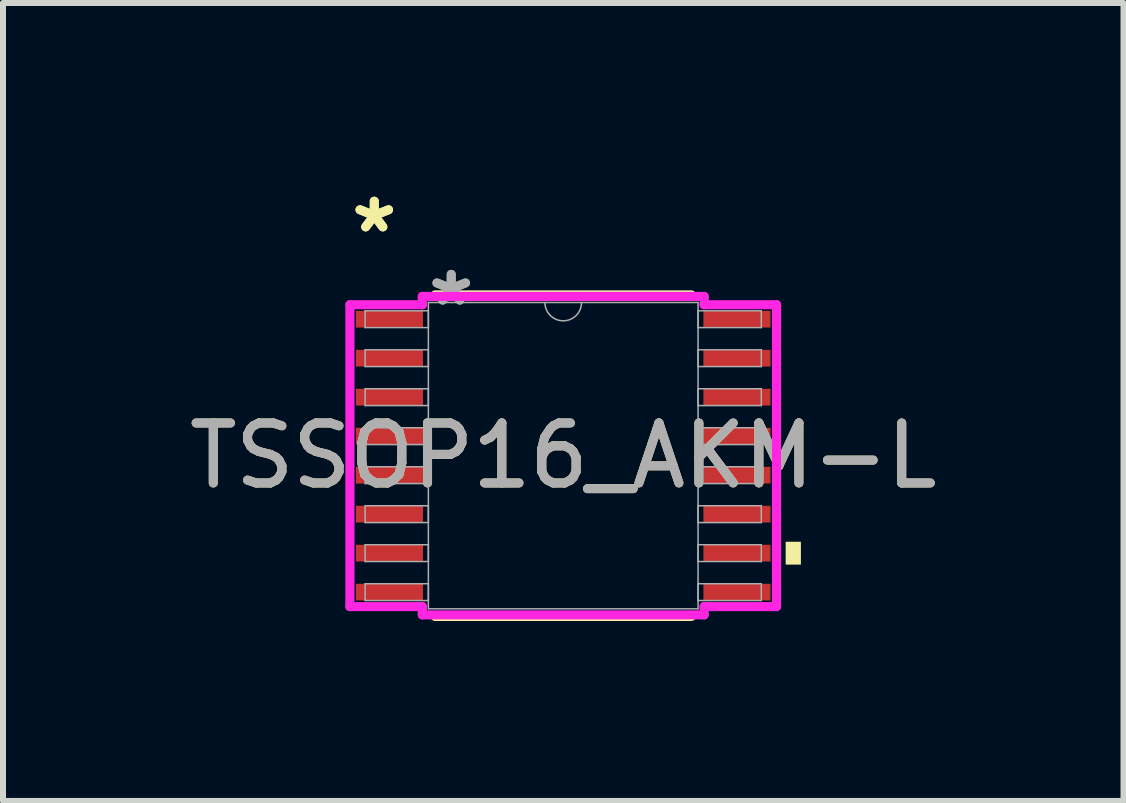
<source format=kicad_pcb>
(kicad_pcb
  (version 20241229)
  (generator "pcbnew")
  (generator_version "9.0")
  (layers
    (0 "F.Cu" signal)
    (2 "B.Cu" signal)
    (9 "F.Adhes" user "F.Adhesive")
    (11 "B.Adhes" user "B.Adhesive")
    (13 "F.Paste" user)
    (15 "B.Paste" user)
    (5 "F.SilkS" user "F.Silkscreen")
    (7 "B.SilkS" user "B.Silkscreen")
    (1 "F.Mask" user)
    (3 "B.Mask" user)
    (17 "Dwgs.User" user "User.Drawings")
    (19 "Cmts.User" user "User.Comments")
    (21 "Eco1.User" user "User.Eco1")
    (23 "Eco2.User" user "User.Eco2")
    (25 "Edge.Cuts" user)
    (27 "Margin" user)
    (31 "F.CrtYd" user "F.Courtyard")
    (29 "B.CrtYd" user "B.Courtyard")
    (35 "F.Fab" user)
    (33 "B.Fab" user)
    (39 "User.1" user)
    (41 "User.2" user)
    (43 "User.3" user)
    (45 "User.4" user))
  (footprint "TSSOP16_AKM-L"
    (layer "F.Cu")
    (at 6.339 4.546)
    (property "Reference" "TSSOP16_AKM-L" (at 0 0 0) (unlocked yes) (layer "F.SilkS") (effects (font (size 1 1) (thickness 0.15))))
    (attr smd)
    (fp_line (start -2.136 2.68) (end 2.136 2.68) (stroke (width 0.152) (type solid)) (layer "F.SilkS"))
    (fp_line (start 2.136 -2.68) (end -2.136 -2.68) (stroke (width 0.152) (type solid)) (layer "F.SilkS"))
    (fp_poly (pts (xy 3.962 1.435) (xy 3.962 1.816) (xy 3.708 1.816) (xy 3.708 1.435)) (stroke (width 0) (type solid)) (fill yes) (layer "F.SilkS"))
    (fp_line (start -3.556 -2.516) (end -2.349 -2.516) (stroke (width 0.152) (type solid)) (layer "F.CrtYd"))
    (fp_line (start -3.556 2.516) (end -3.556 -2.516) (stroke (width 0.152) (type solid)) (layer "F.CrtYd"))
    (fp_line (start -3.556 2.516) (end -2.349 2.516) (stroke (width 0.152) (type solid)) (layer "F.CrtYd"))
    (fp_line (start -2.349 -2.654) (end 2.349 -2.654) (stroke (width 0.152) (type solid)) (layer "F.CrtYd"))
    (fp_line (start -2.349 -2.516) (end -2.349 -2.654) (stroke (width 0.152) (type solid)) (layer "F.CrtYd"))
    (fp_line (start -2.349 2.654) (end -2.349 2.516) (stroke (width 0.152) (type solid)) (layer "F.CrtYd"))
    (fp_line (start 2.349 -2.654) (end 2.349 -2.516) (stroke (width 0.152) (type solid)) (layer "F.CrtYd"))
    (fp_line (start 2.349 2.516) (end 2.349 2.654) (stroke (width 0.152) (type solid)) (layer "F.CrtYd"))
    (fp_line (start 2.349 2.654) (end -2.349 2.654) (stroke (width 0.152) (type solid)) (layer "F.CrtYd"))
    (fp_line (start 3.556 -2.516) (end 2.349 -2.516) (stroke (width 0.152) (type solid)) (layer "F.CrtYd"))
    (fp_line (start 3.556 -2.516) (end 3.556 2.516) (stroke (width 0.152) (type solid)) (layer "F.CrtYd"))
    (fp_line (start 3.556 2.516) (end 2.349 2.516) (stroke (width 0.152) (type solid)) (layer "F.CrtYd"))
    (fp_line (start -3.302 -2.415) (end -3.302 -2.135) (stroke (width 0.025) (type solid)) (layer "F.Fab"))
    (fp_line (start -3.302 -2.135) (end -2.248 -2.135) (stroke (width 0.025) (type solid)) (layer "F.Fab"))
    (fp_line (start -3.302 -1.765) (end -3.302 -1.485) (stroke (width 0.025) (type solid)) (layer "F.Fab"))
    (fp_line (start -3.302 -1.485) (end -2.248 -1.485) (stroke (width 0.025) (type solid)) (layer "F.Fab"))
    (fp_line (start -3.302 -1.115) (end -3.302 -0.835) (stroke (width 0.025) (type solid)) (layer "F.Fab"))
    (fp_line (start -3.302 -0.835) (end -2.248 -0.835) (stroke (width 0.025) (type solid)) (layer "F.Fab"))
    (fp_line (start -3.302 -0.465) (end -3.302 -0.185) (stroke (width 0.025) (type solid)) (layer "F.Fab"))
    (fp_line (start -3.302 -0.185) (end -2.248 -0.185) (stroke (width 0.025) (type solid)) (layer "F.Fab"))
    (fp_line (start -3.302 0.185) (end -3.302 0.465) (stroke (width 0.025) (type solid)) (layer "F.Fab"))
    (fp_line (start -3.302 0.465) (end -2.248 0.465) (stroke (width 0.025) (type solid)) (layer "F.Fab"))
    (fp_line (start -3.302 0.835) (end -3.302 1.115) (stroke (width 0.025) (type solid)) (layer "F.Fab"))
    (fp_line (start -3.302 1.115) (end -2.248 1.115) (stroke (width 0.025) (type solid)) (layer "F.Fab"))
    (fp_line (start -3.302 1.485) (end -3.302 1.765) (stroke (width 0.025) (type solid)) (layer "F.Fab"))
    (fp_line (start -3.302 1.765) (end -2.248 1.765) (stroke (width 0.025) (type solid)) (layer "F.Fab"))
    (fp_line (start -3.302 2.135) (end -3.302 2.415) (stroke (width 0.025) (type solid)) (layer "F.Fab"))
    (fp_line (start -3.302 2.415) (end -2.248 2.415) (stroke (width 0.025) (type solid)) (layer "F.Fab"))
    (fp_line (start -2.248 -2.553) (end -2.248 2.553) (stroke (width 0.025) (type solid)) (layer "F.Fab"))
    (fp_line (start -2.248 -2.415) (end -3.302 -2.415) (stroke (width 0.025) (type solid)) (layer "F.Fab"))
    (fp_line (start -2.248 -2.135) (end -2.248 -2.415) (stroke (width 0.025) (type solid)) (layer "F.Fab"))
    (fp_line (start -2.248 -1.765) (end -3.302 -1.765) (stroke (width 0.025) (type solid)) (layer "F.Fab"))
    (fp_line (start -2.248 -1.485) (end -2.248 -1.765) (stroke (width 0.025) (type solid)) (layer "F.Fab"))
    (fp_line (start -2.248 -1.115) (end -3.302 -1.115) (stroke (width 0.025) (type solid)) (layer "F.Fab"))
    (fp_line (start -2.248 -0.835) (end -2.248 -1.115) (stroke (width 0.025) (type solid)) (layer "F.Fab"))
    (fp_line (start -2.248 -0.465) (end -3.302 -0.465) (stroke (width 0.025) (type solid)) (layer "F.Fab"))
    (fp_line (start -2.248 -0.185) (end -2.248 -0.465) (stroke (width 0.025) (type solid)) (layer "F.Fab"))
    (fp_line (start -2.248 0.185) (end -3.302 0.185) (stroke (width 0.025) (type solid)) (layer "F.Fab"))
    (fp_line (start -2.248 0.465) (end -2.248 0.185) (stroke (width 0.025) (type solid)) (layer "F.Fab"))
    (fp_line (start -2.248 0.835) (end -3.302 0.835) (stroke (width 0.025) (type solid)) (layer "F.Fab"))
    (fp_line (start -2.248 1.115) (end -2.248 0.835) (stroke (width 0.025) (type solid)) (layer "F.Fab"))
    (fp_line (start -2.248 1.485) (end -3.302 1.485) (stroke (width 0.025) (type solid)) (layer "F.Fab"))
    (fp_line (start -2.248 1.765) (end -2.248 1.485) (stroke (width 0.025) (type solid)) (layer "F.Fab"))
    (fp_line (start -2.248 2.135) (end -3.302 2.135) (stroke (width 0.025) (type solid)) (layer "F.Fab"))
    (fp_line (start -2.248 2.415) (end -2.248 2.135) (stroke (width 0.025) (type solid)) (layer "F.Fab"))
    (fp_line (start -2.248 2.553) (end 2.248 2.553) (stroke (width 0.025) (type solid)) (layer "F.Fab"))
    (fp_line (start 2.248 -2.553) (end -2.248 -2.553) (stroke (width 0.025) (type solid)) (layer "F.Fab"))
    (fp_line (start 2.248 -2.415) (end 2.248 -2.135) (stroke (width 0.025) (type solid)) (layer "F.Fab"))
    (fp_line (start 2.248 -2.135) (end 3.302 -2.135) (stroke (width 0.025) (type solid)) (layer "F.Fab"))
    (fp_line (start 2.248 -1.765) (end 2.248 -1.485) (stroke (width 0.025) (type solid)) (layer "F.Fab"))
    (fp_line (start 2.248 -1.485) (end 3.302 -1.485) (stroke (width 0.025) (type solid)) (layer "F.Fab"))
    (fp_line (start 2.248 -1.115) (end 2.248 -0.835) (stroke (width 0.025) (type solid)) (layer "F.Fab"))
    (fp_line (start 2.248 -0.835) (end 3.302 -0.835) (stroke (width 0.025) (type solid)) (layer "F.Fab"))
    (fp_line (start 2.248 -0.465) (end 2.248 -0.185) (stroke (width 0.025) (type solid)) (layer "F.Fab"))
    (fp_line (start 2.248 -0.185) (end 3.302 -0.185) (stroke (width 0.025) (type solid)) (layer "F.Fab"))
    (fp_line (start 2.248 0.185) (end 2.248 0.465) (stroke (width 0.025) (type solid)) (layer "F.Fab"))
    (fp_line (start 2.248 0.465) (end 3.302 0.465) (stroke (width 0.025) (type solid)) (layer "F.Fab"))
    (fp_line (start 2.248 0.835) (end 2.248 1.115) (stroke (width 0.025) (type solid)) (layer "F.Fab"))
    (fp_line (start 2.248 1.115) (end 3.302 1.115) (stroke (width 0.025) (type solid)) (layer "F.Fab"))
    (fp_line (start 2.248 1.485) (end 2.248 1.765) (stroke (width 0.025) (type solid)) (layer "F.Fab"))
    (fp_line (start 2.248 1.765) (end 3.302 1.765) (stroke (width 0.025) (type solid)) (layer "F.Fab"))
    (fp_line (start 2.248 2.135) (end 2.248 2.415) (stroke (width 0.025) (type solid)) (layer "F.Fab"))
    (fp_line (start 2.248 2.415) (end 3.302 2.415) (stroke (width 0.025) (type solid)) (layer "F.Fab"))
    (fp_line (start 2.248 2.553) (end 2.248 -2.553) (stroke (width 0.025) (type solid)) (layer "F.Fab"))
    (fp_line (start 3.302 -2.415) (end 2.248 -2.415) (stroke (width 0.025) (type solid)) (layer "F.Fab"))
    (fp_line (start 3.302 -2.135) (end 3.302 -2.415) (stroke (width 0.025) (type solid)) (layer "F.Fab"))
    (fp_line (start 3.302 -1.765) (end 2.248 -1.765) (stroke (width 0.025) (type solid)) (layer "F.Fab"))
    (fp_line (start 3.302 -1.485) (end 3.302 -1.765) (stroke (width 0.025) (type solid)) (layer "F.Fab"))
    (fp_line (start 3.302 -1.115) (end 2.248 -1.115) (stroke (width 0.025) (type solid)) (layer "F.Fab"))
    (fp_line (start 3.302 -0.835) (end 3.302 -1.115) (stroke (width 0.025) (type solid)) (layer "F.Fab"))
    (fp_line (start 3.302 -0.465) (end 2.248 -0.465) (stroke (width 0.025) (type solid)) (layer "F.Fab"))
    (fp_line (start 3.302 -0.185) (end 3.302 -0.465) (stroke (width 0.025) (type solid)) (layer "F.Fab"))
    (fp_line (start 3.302 0.185) (end 2.248 0.185) (stroke (width 0.025) (type solid)) (layer "F.Fab"))
    (fp_line (start 3.302 0.465) (end 3.302 0.185) (stroke (width 0.025) (type solid)) (layer "F.Fab"))
    (fp_line (start 3.302 0.835) (end 2.248 0.835) (stroke (width 0.025) (type solid)) (layer "F.Fab"))
    (fp_line (start 3.302 1.115) (end 3.302 0.835) (stroke (width 0.025) (type solid)) (layer "F.Fab"))
    (fp_line (start 3.302 1.485) (end 2.248 1.485) (stroke (width 0.025) (type solid)) (layer "F.Fab"))
    (fp_line (start 3.302 1.765) (end 3.302 1.485) (stroke (width 0.025) (type solid)) (layer "F.Fab"))
    (fp_line (start 3.302 2.135) (end 2.248 2.135) (stroke (width 0.025) (type solid)) (layer "F.Fab"))
    (fp_line (start 3.302 2.415) (end 3.302 2.135) (stroke (width 0.025) (type solid)) (layer "F.Fab"))
    (fp_arc (start 0.3048 -2.5527) (mid 0 -2.2479) (end -0.3048 -2.5527) (stroke (width 0.0254) (type solid)) (layer "F.Fab"))
    (fp_text user "*" (at -3.15 -3.697 0) (layer "F.SilkS") (effects (font (size 1 1) (thickness 0.15))))
    (fp_text user "*" (at -3.15 -3.697 0) (unlocked yes) (layer "F.SilkS") (effects (font (size 1 1) (thickness 0.15))))
    (fp_text user "*" (at -1.867 -2.477 0) (layer "F.Fab") (effects (font (size 1 1) (thickness 0.15))))
    (fp_text user "*" (at -1.867 -2.477 0) (unlocked yes) (layer "F.Fab") (effects (font (size 1 1) (thickness 0.15))))
    (fp_text user "${REFERENCE}" (at 0 0 0) (unlocked yes) (layer "F.Fab") (effects (font (size 1 1) (thickness 0.15))))
    (pad "1" smd rect (at -2.896 -2.275) (size 1.118 0.279) (layers "F.Cu" "F.Mask" "F.Paste"))
    (pad "2" smd rect (at -2.896 -1.625) (size 1.118 0.279) (layers "F.Cu" "F.Mask" "F.Paste"))
    (pad "3" smd rect (at -2.896 -0.975) (size 1.118 0.279) (layers "F.Cu" "F.Mask" "F.Paste"))
    (pad "4" smd rect (at -2.896 -0.325) (size 1.118 0.279) (layers "F.Cu" "F.Mask" "F.Paste"))
    (pad "5" smd rect (at -2.896 0.325) (size 1.118 0.279) (layers "F.Cu" "F.Mask" "F.Paste"))
    (pad "6" smd rect (at -2.896 0.975) (size 1.118 0.279) (layers "F.Cu" "F.Mask" "F.Paste"))
    (pad "7" smd rect (at -2.896 1.625) (size 1.118 0.279) (layers "F.Cu" "F.Mask" "F.Paste"))
    (pad "8" smd rect (at -2.896 2.275) (size 1.118 0.279) (layers "F.Cu" "F.Mask" "F.Paste"))
    (pad "9" smd rect (at 2.896 2.275) (size 1.118 0.279) (layers "F.Cu" "F.Mask" "F.Paste"))
    (pad "10" smd rect (at 2.896 1.625) (size 1.118 0.279) (layers "F.Cu" "F.Mask" "F.Paste"))
    (pad "11" smd rect (at 2.896 0.975) (size 1.118 0.279) (layers "F.Cu" "F.Mask" "F.Paste"))
    (pad "12" smd rect (at 2.896 0.325) (size 1.118 0.279) (layers "F.Cu" "F.Mask" "F.Paste"))
    (pad "13" smd rect (at 2.896 -0.325) (size 1.118 0.279) (layers "F.Cu" "F.Mask" "F.Paste"))
    (pad "14" smd rect (at 2.896 -0.975) (size 1.118 0.279) (layers "F.Cu" "F.Mask" "F.Paste"))
    (pad "15" smd rect (at 2.896 -1.625) (size 1.118 0.279) (layers "F.Cu" "F.Mask" "F.Paste"))
    (pad "16" smd rect (at 2.896 -2.275) (size 1.118 0.279) (layers "F.Cu" "F.Mask" "F.Paste")))
  (gr_rect
    (start -3 -3)
    (end 15.679 10.302)
    (stroke (width 0.1) (type default))
    (fill no)
    (layer "Edge.Cuts")))
</source>
